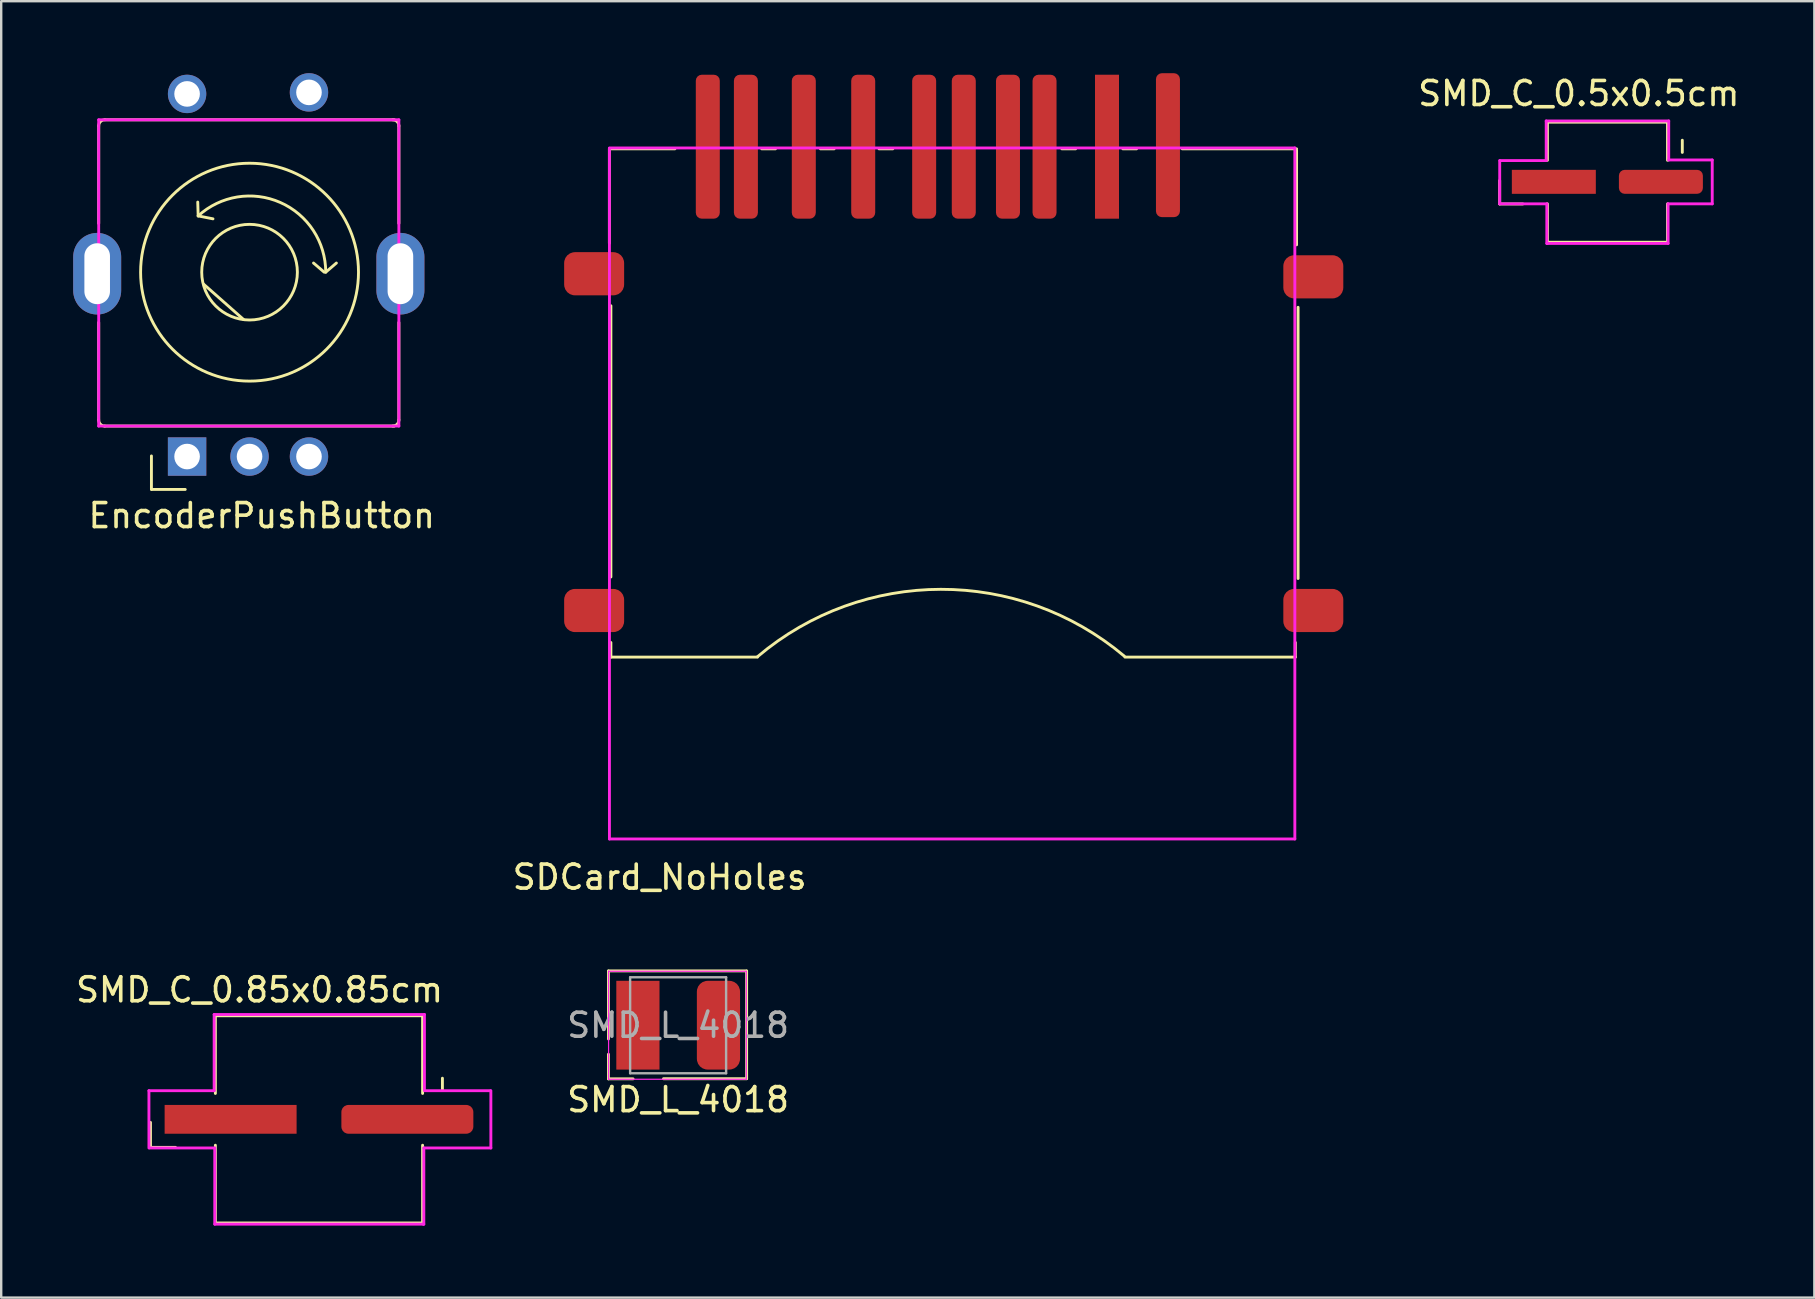
<source format=kicad_pcb>
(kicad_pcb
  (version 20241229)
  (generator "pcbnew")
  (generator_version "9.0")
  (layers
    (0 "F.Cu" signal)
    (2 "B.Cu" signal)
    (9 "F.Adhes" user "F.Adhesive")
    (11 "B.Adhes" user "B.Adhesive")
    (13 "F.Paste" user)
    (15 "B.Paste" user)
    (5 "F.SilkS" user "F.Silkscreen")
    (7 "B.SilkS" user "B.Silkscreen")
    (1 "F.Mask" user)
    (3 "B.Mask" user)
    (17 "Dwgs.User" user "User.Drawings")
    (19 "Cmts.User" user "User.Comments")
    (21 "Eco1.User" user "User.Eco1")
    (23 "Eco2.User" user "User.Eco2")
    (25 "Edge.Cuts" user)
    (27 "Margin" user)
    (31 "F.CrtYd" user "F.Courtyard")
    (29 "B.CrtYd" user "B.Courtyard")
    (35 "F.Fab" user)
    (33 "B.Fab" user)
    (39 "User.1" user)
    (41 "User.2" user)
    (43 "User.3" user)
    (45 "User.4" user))
  (footprint "EncoderPushButton"
    (layer "F.Cu")
    (at 7.35 8.293)
    (property "Reference" "EncoderPushButton" (at 0.508 10.147 0) (layer "F.SilkS") (effects (font (size 1 1) (thickness 0.15))))
    (attr through_hole)
    (fp_line (start -6.287 -6.096) (end -6.287 -2.032) (stroke (width 0.12) (type solid)) (layer "F.SilkS"))
    (fp_line (start -6.287 6.16) (end -6.287 2.095) (stroke (width 0.12) (type solid)) (layer "F.SilkS"))
    (fp_line (start -6.032 -6.35) (end 6.032 -6.35) (stroke (width 0.12) (type solid)) (layer "F.SilkS"))
    (fp_line (start -6.032 6.413) (end 6.032 6.413) (stroke (width 0.12) (type solid)) (layer "F.SilkS"))
    (fp_line (start -4.089 7.658) (end -4.089 9.055) (stroke (width 0.12) (type solid)) (layer "F.SilkS"))
    (fp_line (start -4.077 9.055) (end -2.68 9.055) (stroke (width 0.12) (type solid)) (layer "F.SilkS"))
    (fp_line (start -2.141 -2.345) (end -2.159 -2.921) (stroke (width 0.12) (type solid)) (layer "F.SilkS"))
    (fp_line (start -2.141 -2.345) (end -1.524 -2.223) (stroke (width 0.12) (type solid)) (layer "F.SilkS"))
    (fp_line (start -0.254 1.968) (end -1.905 0.508) (stroke (width 0.12) (type solid)) (layer "F.SilkS"))
    (fp_line (start 3.111 0) (end 2.667 -0.381) (stroke (width 0.12) (type solid)) (layer "F.SilkS"))
    (fp_line (start 3.175 0) (end 3.619 -0.381) (stroke (width 0.12) (type solid)) (layer "F.SilkS"))
    (fp_line (start 6.223 -6.096) (end 6.223 -2.032) (stroke (width 0.12) (type solid)) (layer "F.SilkS"))
    (fp_line (start 6.223 6.16) (end 6.223 2.095) (stroke (width 0.12) (type solid)) (layer "F.SilkS"))
    (fp_arc (start -6.2865 -6.096) (mid -6.212105 -6.275605) (end -6.0325 -6.35) (stroke (width 0.12) (type solid)) (layer "F.SilkS"))
    (fp_arc (start -6.0325 6.4135) (mid -6.212105 6.339105) (end -6.2865 6.1595) (stroke (width 0.12) (type solid)) (layer "F.SilkS"))
    (fp_arc (start -2.140805 -2.344691) (mid 1.281321 -2.904968) (end 3.175 0) (stroke (width 0.12) (type solid)) (layer "F.SilkS"))
    (fp_arc (start 5.969 -6.35) (mid 6.148605 -6.275605) (end 6.223 -6.096) (stroke (width 0.12) (type solid)) (layer "F.SilkS"))
    (fp_arc (start 6.223 6.1595) (mid 6.148605 6.339105) (end 5.969 6.4135) (stroke (width 0.12) (type solid)) (layer "F.SilkS"))
    (fp_circle (center 0 0) (end 1.206 1.587) (stroke (width 0.12) (type solid)) (fill no) (layer "F.SilkS"))
    (fp_circle (center 0 0) (end 3.365 3.048) (stroke (width 0.12) (type solid)) (fill no) (layer "F.SilkS"))
    (fp_line (start -6.287 -6.35) (end 6.223 -6.35) (stroke (width 0.12) (type solid)) (layer "F.CrtYd"))
    (fp_line (start -6.287 6.413) (end -6.287 -6.35) (stroke (width 0.12) (type solid)) (layer "F.CrtYd"))
    (fp_line (start 6.223 -6.35) (end 6.223 6.413) (stroke (width 0.12) (type solid)) (layer "F.CrtYd"))
    (fp_line (start 6.223 6.413) (end -6.287 6.413) (stroke (width 0.12) (type solid)) (layer "F.CrtYd"))
    (pad "" thru_hole oval (at -6.35 0.064) (size 2 3.4) (drill oval 1.067 2.54) (layers "*.Cu" "*.Mask"))
    (pad "" thru_hole oval (at 6.287 0.064) (size 2 3.4) (drill oval 1.067 2.54) (layers "*.Cu" "*.Mask"))
    (pad "1" thru_hole rect (at -2.603 7.684) (size 1.6 1.6) (drill 1.067) (layers "*.Cu" "*.Mask"))
    (pad "2" thru_hole oval (at 0 7.684) (size 1.6 1.6) (drill 1.067) (layers "*.Cu" "*.Mask"))
    (pad "3" thru_hole oval (at 2.477 7.684) (size 1.6 1.6) (drill 1.067) (layers "*.Cu" "*.Mask"))
    (pad "4" thru_hole oval (at -2.603 -7.429) (size 1.6 1.6) (drill 1.067) (layers "*.Cu" "*.Mask"))
    (pad "5" thru_hole oval (at 2.477 -7.493) (size 1.6 1.6) (drill 1.067) (layers "*.Cu" "*.Mask")))
  (footprint "SMD_L_4018"
    (layer "F.Cu")
    (at 25.211 39.679)
    (property "Reference" "SMD_L_4018" (at 0 3.1 0) (layer "F.SilkS") (effects (font (size 1 1) (thickness 0.15))))
    (attr smd)
    (fp_line (start -2.903 -2.263) (end -2.903 0.571) (stroke (width 0.12) (type solid)) (layer "F.SilkS"))
    (fp_line (start -2.903 2.233) (end -2.903 1.208) (stroke (width 0.12) (type solid)) (layer "F.SilkS"))
    (fp_line (start -2.903 2.233) (end -1.878 2.233) (stroke (width 0.12) (type solid)) (layer "F.SilkS"))
    (fp_line (start 2.852 -2.266) (end -2.903 -2.266) (stroke (width 0.12) (type solid)) (layer "F.SilkS"))
    (fp_line (start 2.855 2.224) (end 2.855 -2.261) (stroke (width 0.12) (type solid)) (layer "F.SilkS"))
    (fp_line (start 2.855 2.228) (end -0.61 2.228) (stroke (width 0.12) (type solid)) (layer "F.SilkS"))
    (fp_line (start -2.898 -2.25) (end -2.898 2.25) (stroke (width 0.05) (type solid)) (layer "F.CrtYd"))
    (fp_line (start -2.898 -2.25) (end 2.842 -2.25) (stroke (width 0.05) (type solid)) (layer "F.CrtYd"))
    (fp_line (start -2.885 2.25) (end 2.84 2.25) (stroke (width 0.05) (type solid)) (layer "F.CrtYd"))
    (fp_line (start 2.842 -2.25) (end 2.842 2.248) (stroke (width 0.05) (type solid)) (layer "F.CrtYd"))
    (fp_line (start -2 -2) (end -2 2) (stroke (width 0.1) (type solid)) (layer "F.Fab"))
    (fp_line (start -2 -2) (end 2 -2) (stroke (width 0.1) (type solid)) (layer "F.Fab"))
    (fp_line (start 2 -2) (end 2 2) (stroke (width 0.1) (type solid)) (layer "F.Fab"))
    (fp_line (start 2 2) (end -2 2) (stroke (width 0.1) (type solid)) (layer "F.Fab"))
    (fp_text user "${REFERENCE}" (at 0 0 0) (layer "F.Fab") (effects (font (size 1 1) (thickness 0.15))))
    (pad "1" smd rect (at -1.676 -0.003) (size 1.8 3.7) (layers "F.Cu" "F.Mask" "F.Paste"))
    (pad "2" smd roundrect (at 1.681 -0.003) (size 1.8 3.7) (layers "F.Cu" "F.Mask" "F.Paste") (roundrect_rratio 0.25)))
  (footprint "SDCard_NoHoles"
    (layer "F.Cu")
    (at 36.189 16.678)
    (property "Reference" "SDCard_NoHoles" (at -11.748 16.828 0) (layer "F.SilkS") (effects (font (size 1 1) (thickness 0.15))))
    (attr through_hole)
    (fp_line (start -13.843 -13.525) (end -13.843 -9.588) (stroke (width 0.12) (type solid)) (layer "F.SilkS"))
    (fp_line (start -13.843 -13.525) (end -11.113 -13.525) (stroke (width 0.12) (type solid)) (layer "F.SilkS"))
    (fp_line (start -13.792 7.658) (end -7.671 7.658) (stroke (width 0.12) (type solid)) (layer "F.SilkS"))
    (fp_line (start -13.78 -6.985) (end -13.78 4.318) (stroke (width 0.12) (type solid)) (layer "F.SilkS"))
    (fp_line (start -13.78 7.658) (end -13.78 7.048) (stroke (width 0.12) (type solid)) (layer "F.SilkS"))
    (fp_line (start -7.493 -13.525) (end -6.921 -13.525) (stroke (width 0.12) (type solid)) (layer "F.SilkS"))
    (fp_line (start -5.048 -13.525) (end -4.477 -13.525) (stroke (width 0.12) (type solid)) (layer "F.SilkS"))
    (fp_line (start -2.603 -13.525) (end -2.032 -13.525) (stroke (width 0.12) (type solid)) (layer "F.SilkS"))
    (fp_line (start 5.016 -13.525) (end 5.588 -13.525) (stroke (width 0.12) (type solid)) (layer "F.SilkS"))
    (fp_line (start 7.556 -13.525) (end 8.128 -13.525) (stroke (width 0.12) (type solid)) (layer "F.SilkS"))
    (fp_line (start 14.745 7.658) (end 7.645 7.658) (stroke (width 0.12) (type solid)) (layer "F.SilkS"))
    (fp_line (start 14.745 7.658) (end 14.745 7.048) (stroke (width 0.12) (type solid)) (layer "F.SilkS"))
    (fp_line (start 14.796 -13.525) (end 10.033 -13.525) (stroke (width 0.12) (type solid)) (layer "F.SilkS"))
    (fp_line (start 14.796 -13.462) (end 14.796 -9.525) (stroke (width 0.12) (type solid)) (layer "F.SilkS"))
    (fp_line (start 14.859 -6.921) (end 14.859 4.381) (stroke (width 0.12) (type solid)) (layer "F.SilkS"))
    (fp_arc (start -7.672738 7.643115) (mid -0.0306 4.83227) (end 7.62 7.62) (stroke (width 0.12) (type solid)) (layer "F.SilkS"))
    (fp_line (start -13.84 -13.546) (end -13.84 15.237) (stroke (width 0.12) (type solid)) (layer "F.CrtYd"))
    (fp_line (start -13.84 15.237) (end 14.724 15.237) (stroke (width 0.12) (type solid)) (layer "F.CrtYd"))
    (fp_line (start 14.724 -13.561) (end -13.84 -13.561) (stroke (width 0.12) (type solid)) (layer "F.CrtYd"))
    (fp_line (start 14.724 15.237) (end 14.724 -13.561) (stroke (width 0.12) (type solid)) (layer "F.CrtYd"))
    (pad "" smd roundrect (at -14.478 -8.319) (size 2.5 1.8) (layers "F.Cu" "F.Mask" "F.Paste") (roundrect_rratio 0.25))
    (pad "" smd roundrect (at -14.478 5.715) (size 2.5 1.8) (layers "F.Cu" "F.Mask" "F.Paste") (roundrect_rratio 0.25))
    (pad "" smd roundrect (at 15.494 -8.191) (size 2.5 1.8) (layers "F.Cu" "F.Mask" "F.Paste") (roundrect_rratio 0.25))
    (pad "" smd roundrect (at 15.494 5.715) (size 2.5 1.8) (layers "F.Cu" "F.Mask" "F.Paste") (roundrect_rratio 0.25))
    (pad "1" smd rect (at 6.896 -13.614) (size 1 6) (layers "F.Cu" "F.Mask" "F.Paste"))
    (pad "2" smd roundrect (at 4.293 -13.614) (size 1 6) (layers "F.Cu" "F.Mask" "F.Paste") (roundrect_rratio 0.25))
    (pad "3" smd roundrect (at 0.927 -13.614) (size 1 6) (layers "F.Cu" "F.Mask" "F.Paste") (roundrect_rratio 0.25))
    (pad "3" smd roundrect (at 2.769 -13.614) (size 1 6) (layers "F.Cu" "F.Mask" "F.Paste") (roundrect_rratio 0.25))
    (pad "4" smd roundrect (at -0.724 -13.614) (size 1 6) (layers "F.Cu" "F.Mask" "F.Paste") (roundrect_rratio 0.25))
    (pad "5" smd roundrect (at -3.264 -13.614) (size 1 6) (layers "F.Cu" "F.Mask" "F.Paste") (roundrect_rratio 0.25))
    (pad "6" smd roundrect (at -5.74 -13.614) (size 1 6) (layers "F.Cu" "F.Mask" "F.Paste") (roundrect_rratio 0.25))
    (pad "7" smd roundrect (at -8.153 -13.614) (size 1 6) (layers "F.Cu" "F.Mask" "F.Paste") (roundrect_rratio 0.25))
    (pad "8" smd roundrect (at -9.741 -13.614) (size 1 6) (layers "F.Cu" "F.Mask" "F.Paste") (roundrect_rratio 0.25))
    (pad "9" smd roundrect (at 9.436 -13.678) (size 1 6) (layers "F.Cu" "F.Mask" "F.Paste") (roundrect_rratio 0.25)))
  (footprint "SMD_C_0.85x0.85cm"
    (layer "F.Cu")
    (at 10.244 43.599)
    (property "Reference" "SMD_C_0.85x0.85cm" (at -2.477 -5.397 0) (layer "F.SilkS") (effects (font (size 1 1) (thickness 0.15))))
    (attr through_hole)
    (fp_line (start -7.023 0.127) (end -7.023 1.168) (stroke (width 0.12) (type solid)) (layer "F.SilkS"))
    (fp_line (start -7.023 1.168) (end -5.982 1.168) (stroke (width 0.12) (type solid)) (layer "F.SilkS"))
    (fp_line (start -4.318 -4.318) (end 4.318 -4.318) (stroke (width 0.12) (type solid)) (layer "F.SilkS"))
    (fp_line (start -4.318 -1.079) (end -4.318 -4.318) (stroke (width 0.12) (type solid)) (layer "F.SilkS"))
    (fp_line (start -4.318 4.318) (end -4.318 1.079) (stroke (width 0.12) (type solid)) (layer "F.SilkS"))
    (fp_line (start 4.318 -1.079) (end 4.318 -4.318) (stroke (width 0.12) (type solid)) (layer "F.SilkS"))
    (fp_line (start 4.318 4.318) (end -4.318 4.318) (stroke (width 0.12) (type solid)) (layer "F.SilkS"))
    (fp_line (start 4.318 4.318) (end 4.318 1.079) (stroke (width 0.12) (type solid)) (layer "F.SilkS"))
    (fp_line (start 5.144 -1.714) (end 5.144 -1.206) (stroke (width 0.12) (type solid)) (layer "F.SilkS"))
    (fp_line (start -7.087 -1.194) (end -7.087 1.194) (stroke (width 0.12) (type solid)) (layer "F.CrtYd"))
    (fp_line (start -7.087 -1.194) (end -4.369 -1.194) (stroke (width 0.12) (type solid)) (layer "F.CrtYd"))
    (fp_line (start -7.061 1.194) (end -4.343 1.194) (stroke (width 0.12) (type solid)) (layer "F.CrtYd"))
    (fp_line (start -4.369 -4.369) (end -4.369 -1.194) (stroke (width 0.12) (type solid)) (layer "F.CrtYd"))
    (fp_line (start -4.369 -4.369) (end 4.394 -4.369) (stroke (width 0.12) (type solid)) (layer "F.CrtYd"))
    (fp_line (start -4.343 1.194) (end -4.343 4.369) (stroke (width 0.12) (type solid)) (layer "F.CrtYd"))
    (fp_line (start -4.343 4.369) (end 4.343 4.369) (stroke (width 0.12) (type solid)) (layer "F.CrtYd"))
    (fp_line (start 4.343 4.369) (end 4.369 4.369) (stroke (width 0.12) (type solid)) (layer "F.CrtYd"))
    (fp_line (start 4.369 1.194) (end 7.163 1.194) (stroke (width 0.12) (type solid)) (layer "F.CrtYd"))
    (fp_line (start 4.369 4.369) (end 4.369 1.194) (stroke (width 0.12) (type solid)) (layer "F.CrtYd"))
    (fp_line (start 4.394 -4.369) (end 4.394 -1.194) (stroke (width 0.12) (type solid)) (layer "F.CrtYd"))
    (fp_line (start 7.137 -1.194) (end 4.42 -1.194) (stroke (width 0.12) (type solid)) (layer "F.CrtYd"))
    (fp_line (start 7.163 1.194) (end 7.163 -1.194) (stroke (width 0.12) (type solid)) (layer "F.CrtYd"))
    (pad "1" smd rect (at -3.683 0) (size 5.5 1.2) (layers "F.Cu" "F.Mask" "F.Paste"))
    (pad "2" smd roundrect (at 3.683 0) (size 5.5 1.2) (layers "F.Cu" "F.Mask" "F.Paste") (roundrect_rratio 0.244)))
  (footprint "SMD_C_0.5x0.5cm"
    (layer "F.Cu")
    (at 63.98 4.531)
    (property "Reference" "SMD_C_0.5x0.5cm" (at -1.232 -3.683 0) (layer "F.SilkS") (effects (font (size 1 1) (thickness 0.15))))
    (attr through_hole)
    (fp_line (start -4.531 -0.058) (end -4.531 0.919) (stroke (width 0.12) (type solid)) (layer "F.SilkS"))
    (fp_line (start -4.531 0.919) (end -3.566 0.919) (stroke (width 0.12) (type solid)) (layer "F.SilkS"))
    (fp_line (start -2.54 -2.489) (end 2.464 -2.489) (stroke (width 0.12) (type solid)) (layer "F.SilkS"))
    (fp_line (start -2.54 -0.902) (end -2.54 -2.489) (stroke (width 0.12) (type solid)) (layer "F.SilkS"))
    (fp_line (start -2.54 2.502) (end -2.54 0.914) (stroke (width 0.12) (type solid)) (layer "F.SilkS"))
    (fp_line (start -2.54 2.515) (end 2.464 2.515) (stroke (width 0.12) (type solid)) (layer "F.SilkS"))
    (fp_line (start 2.464 -0.902) (end 2.464 -2.489) (stroke (width 0.12) (type solid)) (layer "F.SilkS"))
    (fp_line (start 2.464 2.502) (end 2.464 0.914) (stroke (width 0.12) (type solid)) (layer "F.SilkS"))
    (fp_line (start 3.081 -1.737) (end 3.081 -1.229) (stroke (width 0.12) (type solid)) (layer "F.SilkS"))
    (fp_line (start -4.529 0.914) (end -4.529 -0.889) (stroke (width 0.12) (type solid)) (layer "F.CrtYd"))
    (fp_line (start -2.591 -2.54) (end -2.591 -0.889) (stroke (width 0.12) (type solid)) (layer "F.CrtYd"))
    (fp_line (start -2.591 -2.54) (end 2.515 -2.54) (stroke (width 0.12) (type solid)) (layer "F.CrtYd"))
    (fp_line (start -2.591 -0.889) (end -4.521 -0.889) (stroke (width 0.12) (type solid)) (layer "F.CrtYd"))
    (fp_line (start -2.565 0.914) (end -4.529 0.914) (stroke (width 0.12) (type solid)) (layer "F.CrtYd"))
    (fp_line (start -2.565 2.565) (end -2.565 0.914) (stroke (width 0.12) (type solid)) (layer "F.CrtYd"))
    (fp_line (start -2.54 2.565) (end -2.565 2.565) (stroke (width 0.12) (type solid)) (layer "F.CrtYd"))
    (fp_line (start 2.489 0.914) (end 2.489 2.565) (stroke (width 0.12) (type solid)) (layer "F.CrtYd"))
    (fp_line (start 2.489 2.565) (end -2.54 2.565) (stroke (width 0.12) (type solid)) (layer "F.CrtYd"))
    (fp_line (start 2.515 -2.54) (end 2.515 -0.914) (stroke (width 0.12) (type solid)) (layer "F.CrtYd"))
    (fp_line (start 4.328 -0.914) (end 2.515 -0.914) (stroke (width 0.12) (type solid)) (layer "F.CrtYd"))
    (fp_line (start 4.328 0.914) (end 4.328 -0.914) (stroke (width 0.12) (type solid)) (layer "F.CrtYd"))
    (fp_line (start 4.331 0.914) (end 2.489 0.914) (stroke (width 0.12) (type solid)) (layer "F.CrtYd"))
    (pad "1" smd rect (at -2.273 -0.003) (size 3.5 1) (layers "F.Cu" "F.Mask" "F.Paste"))
    (pad "2" smd roundrect (at 2.189 -0.003) (size 3.5 1) (layers "F.Cu" "F.Mask" "F.Paste") (roundrect_rratio 0.244)))
  (gr_rect
    (start -3 -3)
    (end 72.564 51.028)
    (stroke (width 0.1) (type default))
    (fill no)
    (layer "Edge.Cuts")))
</source>
